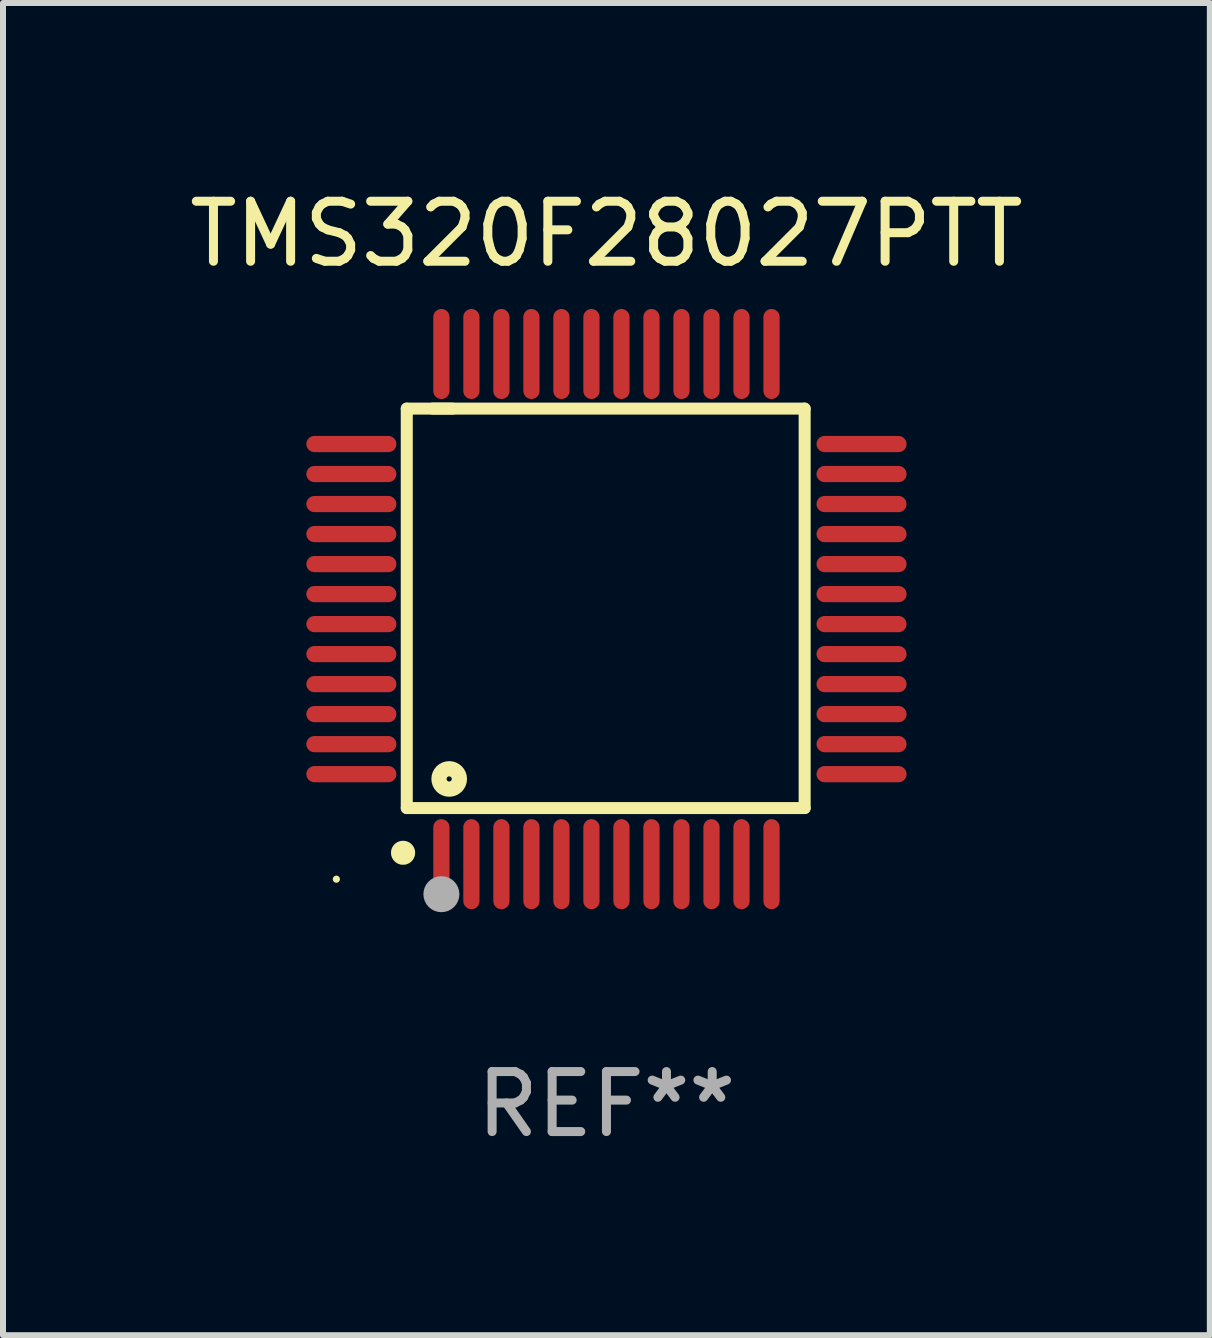
<source format=kicad_pcb>
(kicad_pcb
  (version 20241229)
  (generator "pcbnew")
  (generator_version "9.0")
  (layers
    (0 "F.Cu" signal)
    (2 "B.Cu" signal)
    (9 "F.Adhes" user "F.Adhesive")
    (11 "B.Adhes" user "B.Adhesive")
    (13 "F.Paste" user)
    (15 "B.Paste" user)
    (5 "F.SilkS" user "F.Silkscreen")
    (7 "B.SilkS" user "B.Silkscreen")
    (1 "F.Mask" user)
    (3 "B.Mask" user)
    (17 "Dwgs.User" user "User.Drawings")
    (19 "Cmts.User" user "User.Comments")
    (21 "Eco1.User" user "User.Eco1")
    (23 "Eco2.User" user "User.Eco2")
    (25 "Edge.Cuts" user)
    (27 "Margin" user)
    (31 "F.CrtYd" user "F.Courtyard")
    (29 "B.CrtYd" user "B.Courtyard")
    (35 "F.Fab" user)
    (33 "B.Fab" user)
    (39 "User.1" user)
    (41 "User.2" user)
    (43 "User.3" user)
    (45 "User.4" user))
  (footprint "TMS320F28027PTT"
    (layer "F.Cu")
    (at 7.054 7.098)
    (property "Reference" "TMS320F28027PTT" (at 0 -6.25 0) (layer "F.SilkS") (effects (font (size 1 1) (thickness 0.15))))
    (attr through_hole)
    (fp_line (start -3.327 -3.34) (end -2.565 -3.34) (stroke (width 0.2) (type solid)) (layer "F.SilkS"))
    (fp_line (start -3.327 3.315) (end -3.327 -3.34) (stroke (width 0.2) (type solid)) (layer "F.SilkS"))
    (fp_line (start -2.896 -3.34) (end 3.302 -3.34) (stroke (width 0.2) (type solid)) (layer "F.SilkS"))
    (fp_line (start 3.302 -3.34) (end 3.302 3.315) (stroke (width 0.2) (type solid)) (layer "F.SilkS"))
    (fp_line (start 3.302 3.315) (end -3.327 3.315) (stroke (width 0.2) (type solid)) (layer "F.SilkS"))
    (fp_arc (start -3.389992 4.059995) (mid -3.388722 4.059991) (end -3.387452 4.059995) (stroke (width 0.4) (type solid)) (layer "F.SilkS"))
    (fp_circle (center -4.5 4.5) (end -4.47 4.5) (stroke (width 0.06) (type solid)) (fill no) (layer "F.SilkS"))
    (fp_circle (center -2.62 2.83) (end -2.45 2.83) (stroke (width 0.254) (type solid)) (fill no) (layer "F.SilkS"))
    (fp_circle (center -2.75 4.75) (end -2.6 4.75) (stroke (width 0.3) (type solid)) (fill no) (layer "F.Fab"))
    (fp_text user "REF**" (at 0 8.25 0) (layer "F.Fab") (effects (font (size 1 1) (thickness 0.15))))
    (pad "1" smd oval (at -2.75 4.25) (size 0.27 1.5) (layers "F.Cu" "F.Mask" "F.Paste"))
    (pad "2" smd oval (at -2.25 4.25) (size 0.27 1.5) (layers "F.Cu" "F.Mask" "F.Paste"))
    (pad "3" smd oval (at -1.75 4.25) (size 0.27 1.5) (layers "F.Cu" "F.Mask" "F.Paste"))
    (pad "4" smd oval (at -1.25 4.25) (size 0.27 1.5) (layers "F.Cu" "F.Mask" "F.Paste"))
    (pad "5" smd oval (at -0.75 4.25) (size 0.27 1.5) (layers "F.Cu" "F.Mask" "F.Paste"))
    (pad "6" smd oval (at -0.25 4.25) (size 0.27 1.5) (layers "F.Cu" "F.Mask" "F.Paste"))
    (pad "7" smd oval (at 0.25 4.25) (size 0.27 1.5) (layers "F.Cu" "F.Mask" "F.Paste"))
    (pad "8" smd oval (at 0.75 4.25) (size 0.27 1.5) (layers "F.Cu" "F.Mask" "F.Paste"))
    (pad "9" smd oval (at 1.25 4.25) (size 0.27 1.5) (layers "F.Cu" "F.Mask" "F.Paste"))
    (pad "10" smd oval (at 1.75 4.25) (size 0.27 1.5) (layers "F.Cu" "F.Mask" "F.Paste"))
    (pad "11" smd oval (at 2.25 4.25) (size 0.27 1.5) (layers "F.Cu" "F.Mask" "F.Paste"))
    (pad "12" smd oval (at 2.75 4.25) (size 0.27 1.5) (layers "F.Cu" "F.Mask" "F.Paste"))
    (pad "13" smd oval (at 4.25 2.75) (size 1.5 0.27) (layers "F.Cu" "F.Mask" "F.Paste"))
    (pad "14" smd oval (at 4.25 2.25) (size 1.5 0.27) (layers "F.Cu" "F.Mask" "F.Paste"))
    (pad "15" smd oval (at 4.25 1.75) (size 1.5 0.27) (layers "F.Cu" "F.Mask" "F.Paste"))
    (pad "16" smd oval (at 4.25 1.25) (size 1.5 0.27) (layers "F.Cu" "F.Mask" "F.Paste"))
    (pad "17" smd oval (at 4.25 0.75) (size 1.5 0.27) (layers "F.Cu" "F.Mask" "F.Paste"))
    (pad "18" smd oval (at 4.25 0.25) (size 1.5 0.27) (layers "F.Cu" "F.Mask" "F.Paste"))
    (pad "19" smd oval (at 4.25 -0.25) (size 1.5 0.27) (layers "F.Cu" "F.Mask" "F.Paste"))
    (pad "20" smd oval (at 4.25 -0.75) (size 1.5 0.27) (layers "F.Cu" "F.Mask" "F.Paste"))
    (pad "21" smd oval (at 4.25 -1.25) (size 1.5 0.27) (layers "F.Cu" "F.Mask" "F.Paste"))
    (pad "22" smd oval (at 4.25 -1.75) (size 1.5 0.27) (layers "F.Cu" "F.Mask" "F.Paste"))
    (pad "23" smd oval (at 4.25 -2.25) (size 1.5 0.27) (layers "F.Cu" "F.Mask" "F.Paste"))
    (pad "24" smd oval (at 4.25 -2.75) (size 1.5 0.27) (layers "F.Cu" "F.Mask" "F.Paste"))
    (pad "25" smd oval (at 2.75 -4.25) (size 0.27 1.5) (layers "F.Cu" "F.Mask" "F.Paste"))
    (pad "26" smd oval (at 2.25 -4.25) (size 0.27 1.5) (layers "F.Cu" "F.Mask" "F.Paste"))
    (pad "27" smd oval (at 1.75 -4.25) (size 0.27 1.5) (layers "F.Cu" "F.Mask" "F.Paste"))
    (pad "28" smd oval (at 1.25 -4.25) (size 0.27 1.5) (layers "F.Cu" "F.Mask" "F.Paste"))
    (pad "29" smd oval (at 0.75 -4.25) (size 0.27 1.5) (layers "F.Cu" "F.Mask" "F.Paste"))
    (pad "30" smd oval (at 0.25 -4.25) (size 0.27 1.5) (layers "F.Cu" "F.Mask" "F.Paste"))
    (pad "31" smd oval (at -0.25 -4.25) (size 0.27 1.5) (layers "F.Cu" "F.Mask" "F.Paste"))
    (pad "32" smd oval (at -0.75 -4.25) (size 0.27 1.5) (layers "F.Cu" "F.Mask" "F.Paste"))
    (pad "33" smd oval (at -1.25 -4.25) (size 0.27 1.5) (layers "F.Cu" "F.Mask" "F.Paste"))
    (pad "34" smd oval (at -1.75 -4.25) (size 0.27 1.5) (layers "F.Cu" "F.Mask" "F.Paste"))
    (pad "35" smd oval (at -2.25 -4.25) (size 0.27 1.5) (layers "F.Cu" "F.Mask" "F.Paste"))
    (pad "36" smd oval (at -2.75 -4.25) (size 0.27 1.5) (layers "F.Cu" "F.Mask" "F.Paste"))
    (pad "37" smd oval (at -4.25 -2.75) (size 1.5 0.27) (layers "F.Cu" "F.Mask" "F.Paste"))
    (pad "38" smd oval (at -4.25 -2.25) (size 1.5 0.27) (layers "F.Cu" "F.Mask" "F.Paste"))
    (pad "39" smd oval (at -4.25 -1.75) (size 1.5 0.27) (layers "F.Cu" "F.Mask" "F.Paste"))
    (pad "40" smd oval (at -4.25 -1.25) (size 1.5 0.27) (layers "F.Cu" "F.Mask" "F.Paste"))
    (pad "41" smd oval (at -4.25 -0.75) (size 1.5 0.27) (layers "F.Cu" "F.Mask" "F.Paste"))
    (pad "42" smd oval (at -4.25 -0.25) (size 1.5 0.27) (layers "F.Cu" "F.Mask" "F.Paste"))
    (pad "43" smd oval (at -4.25 0.25) (size 1.5 0.27) (layers "F.Cu" "F.Mask" "F.Paste"))
    (pad "44" smd oval (at -4.25 0.75) (size 1.5 0.27) (layers "F.Cu" "F.Mask" "F.Paste"))
    (pad "45" smd oval (at -4.25 1.25) (size 1.5 0.27) (layers "F.Cu" "F.Mask" "F.Paste"))
    (pad "46" smd oval (at -4.25 1.75) (size 1.5 0.27) (layers "F.Cu" "F.Mask" "F.Paste"))
    (pad "47" smd oval (at -4.25 2.25) (size 1.5 0.27) (layers "F.Cu" "F.Mask" "F.Paste"))
    (pad "48" smd oval (at -4.25 2.75) (size 1.5 0.27) (layers "F.Cu" "F.Mask" "F.Paste")))
  (gr_rect
    (start -3 -3)
    (end 17.107 19.196)
    (stroke (width 0.1) (type default))
    (fill no)
    (layer "Edge.Cuts")))
</source>
